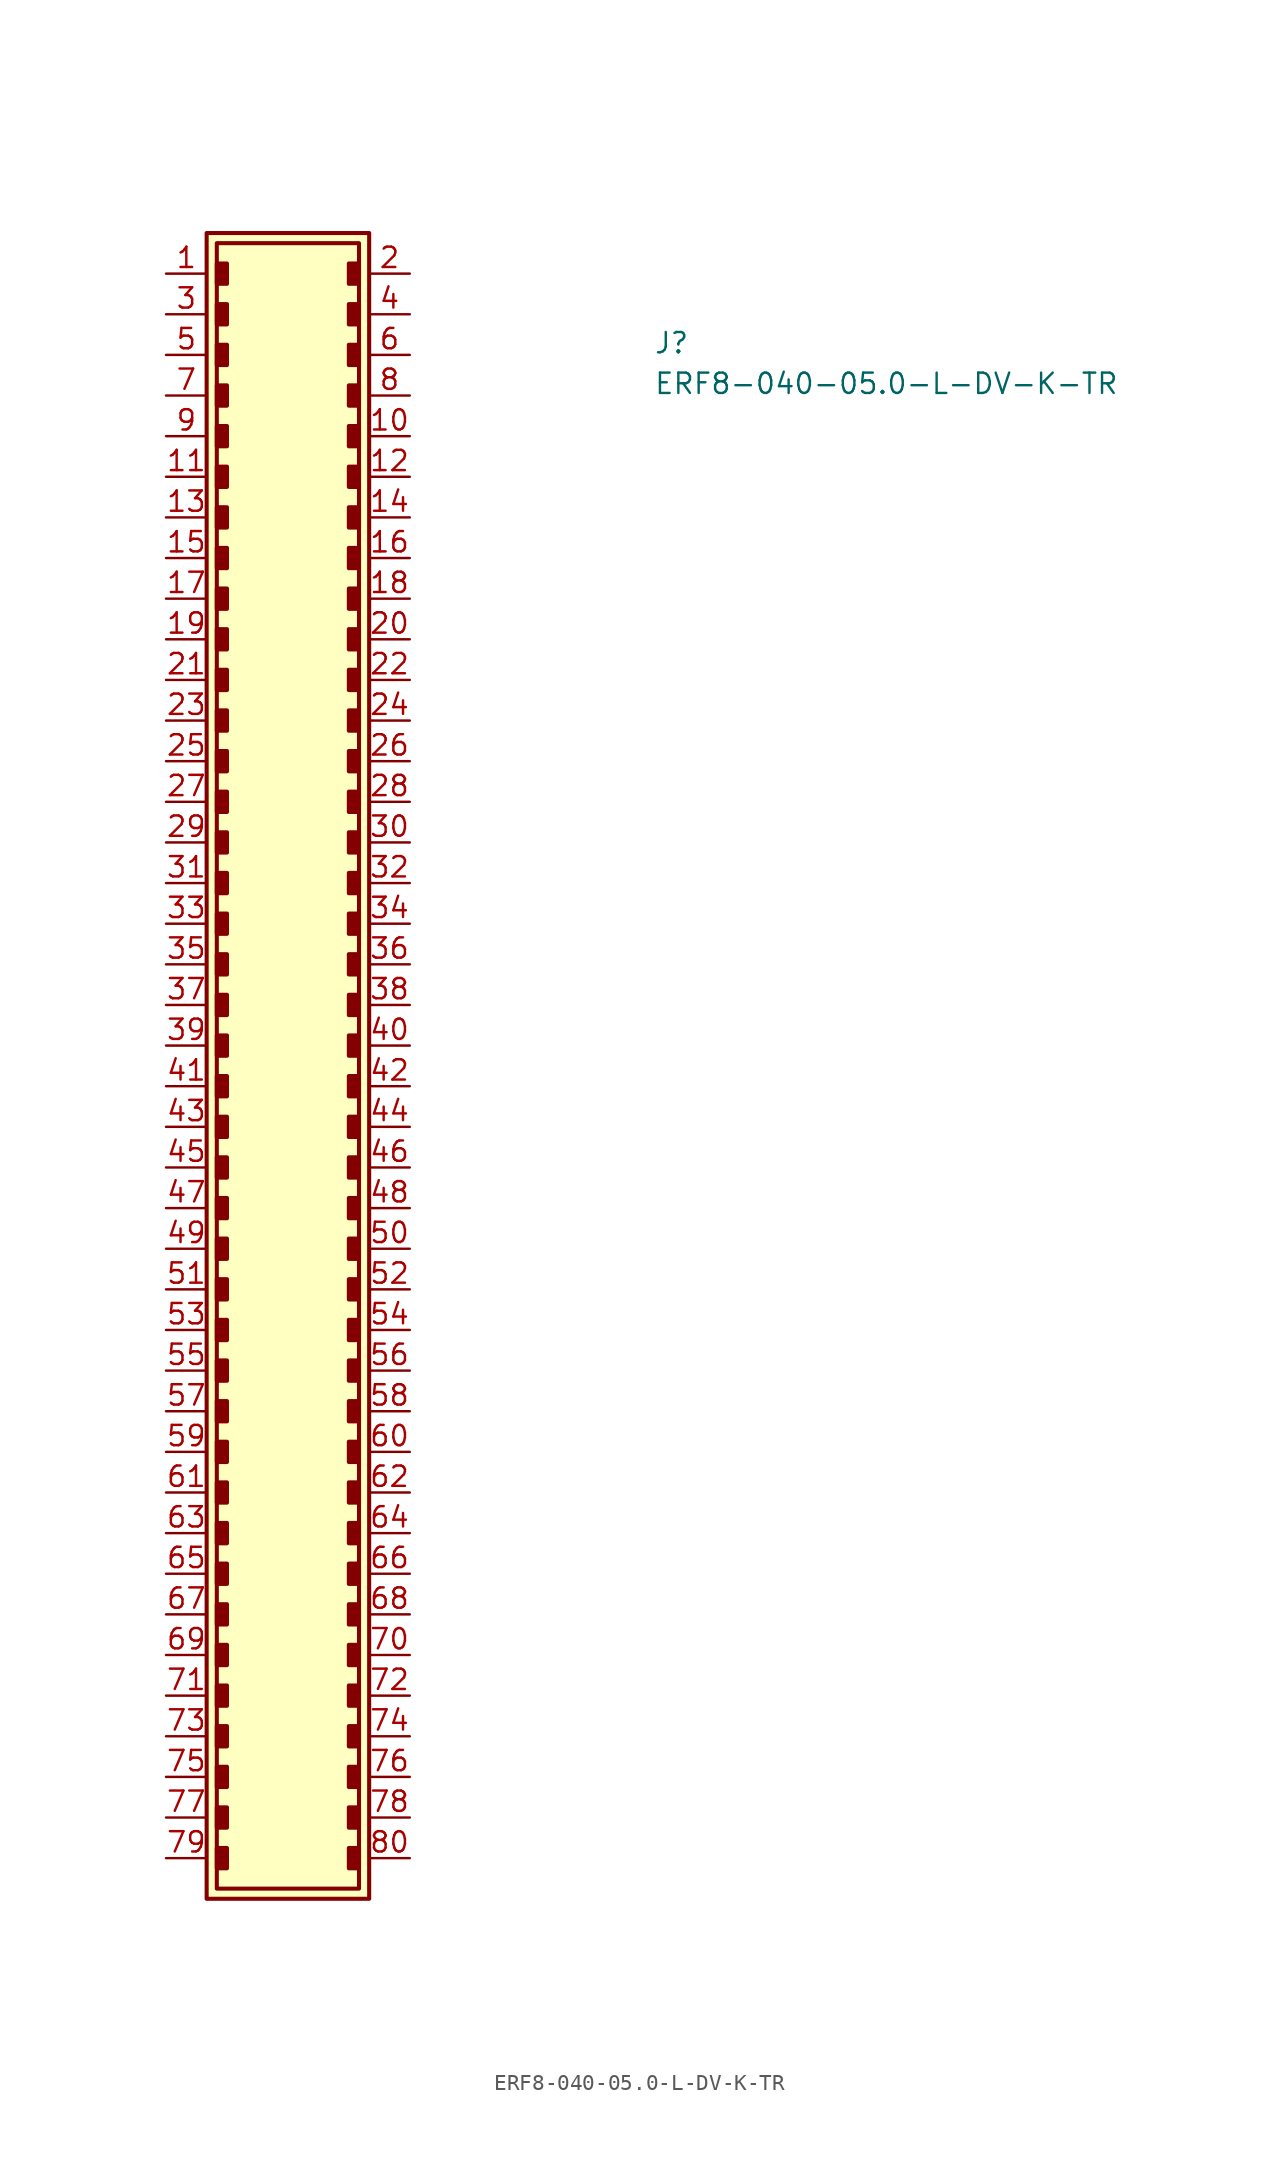
<source format=kicad_sym>
(kicad_symbol_lib
  (version 20211014)
  (generator kicad_symbol_editor)
  (symbol "ERF8-040-05.0-L-DV-K-TR"
    (pin_names hide)
    (property "Reference" "J"
      (at 30.48 -5.08 0)
      (effects (font (size 1.27 1.27) (thickness 0.15)) (justify left bottom)))
    (property "Value" "ERF8-040-05.0-L-DV-K-TR"
      (at 30.48 -7.62 0)
      (effects (font (size 1.27 1.27) (thickness 0.15)) (justify left bottom)))
    (symbol "ERF8-040-05.0-L-DV-K-TR_1_1"
      (rectangle (start 2.54 2.54) (end 12.7 -101.6) (stroke (width 0.254) (type default) (color 0 0 0 0)) (fill (type background)))
      (rectangle (start 3.175 -98.425) (end 3.81 -99.695) (stroke (width 0.254) (type default) (color 0 0 0 0)) (fill (type outline)))
      (rectangle (start 3.175 -95.885) (end 3.81 -97.155) (stroke (width 0.254) (type default) (color 0 0 0 0)) (fill (type outline)))
      (rectangle (start 3.175 -93.345) (end 3.81 -94.615) (stroke (width 0.254) (type default) (color 0 0 0 0)) (fill (type outline)))
      (rectangle (start 3.175 -90.805) (end 3.81 -92.075) (stroke (width 0.254) (type default) (color 0 0 0 0)) (fill (type outline)))
      (rectangle (start 3.175 -88.265) (end 3.81 -89.535) (stroke (width 0.254) (type default) (color 0 0 0 0)) (fill (type outline)))
      (rectangle (start 3.175 -85.725) (end 3.81 -86.995) (stroke (width 0.254) (type default) (color 0 0 0 0)) (fill (type outline)))
      (rectangle (start 3.175 -83.185) (end 3.81 -84.455) (stroke (width 0.254) (type default) (color 0 0 0 0)) (fill (type outline)))
      (rectangle (start 3.175 -80.645) (end 3.81 -81.915) (stroke (width 0.254) (type default) (color 0 0 0 0)) (fill (type outline)))
      (rectangle (start 3.175 -78.105) (end 3.81 -79.375) (stroke (width 0.254) (type default) (color 0 0 0 0)) (fill (type outline)))
      (rectangle (start 3.175 -75.565) (end 3.81 -76.835) (stroke (width 0.254) (type default) (color 0 0 0 0)) (fill (type outline)))
      (rectangle (start 3.175 -73.025) (end 3.81 -74.295) (stroke (width 0.254) (type default) (color 0 0 0 0)) (fill (type outline)))
      (rectangle (start 3.175 -70.485) (end 3.81 -71.755) (stroke (width 0.254) (type default) (color 0 0 0 0)) (fill (type outline)))
      (rectangle (start 3.175 -67.945) (end 3.81 -69.215) (stroke (width 0.254) (type default) (color 0 0 0 0)) (fill (type outline)))
      (rectangle (start 3.175 -65.405) (end 3.81 -66.675) (stroke (width 0.254) (type default) (color 0 0 0 0)) (fill (type outline)))
      (rectangle (start 3.175 -62.865) (end 3.81 -64.135) (stroke (width 0.254) (type default) (color 0 0 0 0)) (fill (type outline)))
      (rectangle (start 3.175 -60.325) (end 3.81 -61.595) (stroke (width 0.254) (type default) (color 0 0 0 0)) (fill (type outline)))
      (rectangle (start 3.175 -57.785) (end 3.81 -59.055) (stroke (width 0.254) (type default) (color 0 0 0 0)) (fill (type outline)))
      (rectangle (start 3.175 -55.245) (end 3.81 -56.515) (stroke (width 0.254) (type default) (color 0 0 0 0)) (fill (type outline)))
      (rectangle (start 3.175 -52.705) (end 3.81 -53.975) (stroke (width 0.254) (type default) (color 0 0 0 0)) (fill (type outline)))
      (rectangle (start 3.175 -50.165) (end 3.81 -51.435) (stroke (width 0.254) (type default) (color 0 0 0 0)) (fill (type outline)))
      (rectangle (start 3.175 -47.625) (end 3.81 -48.895) (stroke (width 0.254) (type default) (color 0 0 0 0)) (fill (type outline)))
      (rectangle (start 3.175 -45.085) (end 3.81 -46.355) (stroke (width 0.254) (type default) (color 0 0 0 0)) (fill (type outline)))
      (rectangle (start 3.175 -42.545) (end 3.81 -43.815) (stroke (width 0.254) (type default) (color 0 0 0 0)) (fill (type outline)))
      (rectangle (start 3.175 -40.005) (end 3.81 -41.275) (stroke (width 0.254) (type default) (color 0 0 0 0)) (fill (type outline)))
      (rectangle (start 3.175 -37.465) (end 3.81 -38.735) (stroke (width 0.254) (type default) (color 0 0 0 0)) (fill (type outline)))
      (rectangle (start 3.175 -34.925) (end 3.81 -36.195) (stroke (width 0.254) (type default) (color 0 0 0 0)) (fill (type outline)))
      (rectangle (start 3.175 -32.385) (end 3.81 -33.655) (stroke (width 0.254) (type default) (color 0 0 0 0)) (fill (type outline)))
      (rectangle (start 3.175 -29.845) (end 3.81 -31.115) (stroke (width 0.254) (type default) (color 0 0 0 0)) (fill (type outline)))
      (rectangle (start 3.175 -27.305) (end 3.81 -28.575) (stroke (width 0.254) (type default) (color 0 0 0 0)) (fill (type outline)))
      (rectangle (start 3.175 -24.765) (end 3.81 -26.035) (stroke (width 0.254) (type default) (color 0 0 0 0)) (fill (type outline)))
      (rectangle (start 3.175 -22.225) (end 3.81 -23.495) (stroke (width 0.254) (type default) (color 0 0 0 0)) (fill (type outline)))
      (rectangle (start 3.175 -19.685) (end 3.81 -20.955) (stroke (width 0.254) (type default) (color 0 0 0 0)) (fill (type outline)))
      (rectangle (start 3.175 -17.145) (end 3.81 -18.415) (stroke (width 0.254) (type default) (color 0 0 0 0)) (fill (type outline)))
      (rectangle (start 3.175 -14.605) (end 3.81 -15.875) (stroke (width 0.254) (type default) (color 0 0 0 0)) (fill (type outline)))
      (rectangle (start 3.175 -12.065) (end 3.81 -13.335) (stroke (width 0.254) (type default) (color 0 0 0 0)) (fill (type outline)))
      (rectangle (start 3.175 -9.525) (end 3.81 -10.795) (stroke (width 0.254) (type default) (color 0 0 0 0)) (fill (type outline)))
      (rectangle (start 3.175 -6.985) (end 3.81 -8.255) (stroke (width 0.254) (type default) (color 0 0 0 0)) (fill (type outline)))
      (rectangle (start 3.175 -4.445) (end 3.81 -5.715) (stroke (width 0.254) (type default) (color 0 0 0 0)) (fill (type outline)))
      (rectangle (start 3.175 -1.905) (end 3.81 -3.175) (stroke (width 0.254) (type default) (color 0 0 0 0)) (fill (type outline)))
      (rectangle (start 3.175 0.635) (end 3.81 -0.635) (stroke (width 0.254) (type default) (color 0 0 0 0)) (fill (type outline)))
      (rectangle (start 3.175 1.905) (end 12.065 -100.965) (stroke (width 0.254) (type default) (color 0 0 0 0)) (fill (type background)))
      (rectangle (start 11.43 -99.695) (end 12.065 -98.425) (stroke (width 0.254) (type default) (color 0 0 0 0)) (fill (type outline)))
      (rectangle (start 11.43 -97.155) (end 12.065 -95.885) (stroke (width 0.254) (type default) (color 0 0 0 0)) (fill (type outline)))
      (rectangle (start 11.43 -94.615) (end 12.065 -93.345) (stroke (width 0.254) (type default) (color 0 0 0 0)) (fill (type outline)))
      (rectangle (start 11.43 -92.075) (end 12.065 -90.805) (stroke (width 0.254) (type default) (color 0 0 0 0)) (fill (type outline)))
      (rectangle (start 11.43 -89.535) (end 12.065 -88.265) (stroke (width 0.254) (type default) (color 0 0 0 0)) (fill (type outline)))
      (rectangle (start 11.43 -86.995) (end 12.065 -85.725) (stroke (width 0.254) (type default) (color 0 0 0 0)) (fill (type outline)))
      (rectangle (start 11.43 -84.455) (end 12.065 -83.185) (stroke (width 0.254) (type default) (color 0 0 0 0)) (fill (type outline)))
      (rectangle (start 11.43 -81.915) (end 12.065 -80.645) (stroke (width 0.254) (type default) (color 0 0 0 0)) (fill (type outline)))
      (rectangle (start 11.43 -79.375) (end 12.065 -78.105) (stroke (width 0.254) (type default) (color 0 0 0 0)) (fill (type outline)))
      (rectangle (start 11.43 -76.835) (end 12.065 -75.565) (stroke (width 0.254) (type default) (color 0 0 0 0)) (fill (type outline)))
      (rectangle (start 11.43 -74.295) (end 12.065 -73.025) (stroke (width 0.254) (type default) (color 0 0 0 0)) (fill (type outline)))
      (rectangle (start 11.43 -71.755) (end 12.065 -70.485) (stroke (width 0.254) (type default) (color 0 0 0 0)) (fill (type outline)))
      (rectangle (start 11.43 -69.215) (end 12.065 -67.945) (stroke (width 0.254) (type default) (color 0 0 0 0)) (fill (type outline)))
      (rectangle (start 11.43 -66.675) (end 12.065 -65.405) (stroke (width 0.254) (type default) (color 0 0 0 0)) (fill (type outline)))
      (rectangle (start 11.43 -64.135) (end 12.065 -62.865) (stroke (width 0.254) (type default) (color 0 0 0 0)) (fill (type outline)))
      (rectangle (start 11.43 -61.595) (end 12.065 -60.325) (stroke (width 0.254) (type default) (color 0 0 0 0)) (fill (type outline)))
      (rectangle (start 11.43 -59.055) (end 12.065 -57.785) (stroke (width 0.254) (type default) (color 0 0 0 0)) (fill (type outline)))
      (rectangle (start 11.43 -56.515) (end 12.065 -55.245) (stroke (width 0.254) (type default) (color 0 0 0 0)) (fill (type outline)))
      (rectangle (start 11.43 -53.975) (end 12.065 -52.705) (stroke (width 0.254) (type default) (color 0 0 0 0)) (fill (type outline)))
      (rectangle (start 11.43 -51.435) (end 12.065 -50.165) (stroke (width 0.254) (type default) (color 0 0 0 0)) (fill (type outline)))
      (rectangle (start 11.43 -48.895) (end 12.065 -47.625) (stroke (width 0.254) (type default) (color 0 0 0 0)) (fill (type outline)))
      (rectangle (start 11.43 -46.355) (end 12.065 -45.085) (stroke (width 0.254) (type default) (color 0 0 0 0)) (fill (type outline)))
      (rectangle (start 11.43 -43.815) (end 12.065 -42.545) (stroke (width 0.254) (type default) (color 0 0 0 0)) (fill (type outline)))
      (rectangle (start 11.43 -41.275) (end 12.065 -40.005) (stroke (width 0.254) (type default) (color 0 0 0 0)) (fill (type outline)))
      (rectangle (start 11.43 -38.735) (end 12.065 -37.465) (stroke (width 0.254) (type default) (color 0 0 0 0)) (fill (type outline)))
      (rectangle (start 11.43 -36.195) (end 12.065 -34.925) (stroke (width 0.254) (type default) (color 0 0 0 0)) (fill (type outline)))
      (rectangle (start 11.43 -33.655) (end 12.065 -32.385) (stroke (width 0.254) (type default) (color 0 0 0 0)) (fill (type outline)))
      (rectangle (start 11.43 -31.115) (end 12.065 -29.845) (stroke (width 0.254) (type default) (color 0 0 0 0)) (fill (type outline)))
      (rectangle (start 11.43 -28.575) (end 12.065 -27.305) (stroke (width 0.254) (type default) (color 0 0 0 0)) (fill (type outline)))
      (rectangle (start 11.43 -26.035) (end 12.065 -24.765) (stroke (width 0.254) (type default) (color 0 0 0 0)) (fill (type outline)))
      (rectangle (start 11.43 -23.495) (end 12.065 -22.225) (stroke (width 0.254) (type default) (color 0 0 0 0)) (fill (type outline)))
      (rectangle (start 11.43 -20.955) (end 12.065 -19.685) (stroke (width 0.254) (type default) (color 0 0 0 0)) (fill (type outline)))
      (rectangle (start 11.43 -18.415) (end 12.065 -17.145) (stroke (width 0.254) (type default) (color 0 0 0 0)) (fill (type outline)))
      (rectangle (start 11.43 -15.875) (end 12.065 -14.605) (stroke (width 0.254) (type default) (color 0 0 0 0)) (fill (type outline)))
      (rectangle (start 11.43 -13.335) (end 12.065 -12.065) (stroke (width 0.254) (type default) (color 0 0 0 0)) (fill (type outline)))
      (rectangle (start 11.43 -10.795) (end 12.065 -9.525) (stroke (width 0.254) (type default) (color 0 0 0 0)) (fill (type outline)))
      (rectangle (start 11.43 -8.255) (end 12.065 -6.985) (stroke (width 0.254) (type default) (color 0 0 0 0)) (fill (type outline)))
      (rectangle (start 11.43 -5.715) (end 12.065 -4.445) (stroke (width 0.254) (type default) (color 0 0 0 0)) (fill (type outline)))
      (rectangle (start 11.43 -3.175) (end 12.065 -1.905) (stroke (width 0.254) (type default) (color 0 0 0 0)) (fill (type outline)))
      (rectangle (start 11.43 -0.635) (end 12.065 0.635) (stroke (width 0.254) (type default) (color 0 0 0 0)) (fill (type outline)))
      (pin passive line (at 0 0 0) (length 2.54) (name "1" (effects (font (size 1.27 1.27)))) (number "1" (effects (font (size 1.27 1.27)))))
      (pin passive line (at 15.24 -10.16 180) (length 2.54) (name "10" (effects (font (size 1.27 1.27)))) (number "10" (effects (font (size 1.27 1.27)))))
      (pin passive line (at 0 -12.7 0) (length 2.54) (name "11" (effects (font (size 1.27 1.27)))) (number "11" (effects (font (size 1.27 1.27)))))
      (pin passive line (at 15.24 -12.7 180) (length 2.54) (name "12" (effects (font (size 1.27 1.27)))) (number "12" (effects (font (size 1.27 1.27)))))
      (pin passive line (at 0 -15.24 0) (length 2.54) (name "13" (effects (font (size 1.27 1.27)))) (number "13" (effects (font (size 1.27 1.27)))))
      (pin passive line (at 15.24 -15.24 180) (length 2.54) (name "14" (effects (font (size 1.27 1.27)))) (number "14" (effects (font (size 1.27 1.27)))))
      (pin passive line (at 0 -17.78 0) (length 2.54) (name "15" (effects (font (size 1.27 1.27)))) (number "15" (effects (font (size 1.27 1.27)))))
      (pin passive line (at 15.24 -17.78 180) (length 2.54) (name "16" (effects (font (size 1.27 1.27)))) (number "16" (effects (font (size 1.27 1.27)))))
      (pin passive line (at 0 -20.32 0) (length 2.54) (name "17" (effects (font (size 1.27 1.27)))) (number "17" (effects (font (size 1.27 1.27)))))
      (pin passive line (at 15.24 -20.32 180) (length 2.54) (name "18" (effects (font (size 1.27 1.27)))) (number "18" (effects (font (size 1.27 1.27)))))
      (pin passive line (at 0 -22.86 0) (length 2.54) (name "19" (effects (font (size 1.27 1.27)))) (number "19" (effects (font (size 1.27 1.27)))))
      (pin passive line (at 15.24 0 180) (length 2.54) (name "2" (effects (font (size 1.27 1.27)))) (number "2" (effects (font (size 1.27 1.27)))))
      (pin passive line (at 15.24 -22.86 180) (length 2.54) (name "20" (effects (font (size 1.27 1.27)))) (number "20" (effects (font (size 1.27 1.27)))))
      (pin passive line (at 0 -25.4 0) (length 2.54) (name "21" (effects (font (size 1.27 1.27)))) (number "21" (effects (font (size 1.27 1.27)))))
      (pin passive line (at 15.24 -25.4 180) (length 2.54) (name "22" (effects (font (size 1.27 1.27)))) (number "22" (effects (font (size 1.27 1.27)))))
      (pin passive line (at 0 -27.94 0) (length 2.54) (name "23" (effects (font (size 1.27 1.27)))) (number "23" (effects (font (size 1.27 1.27)))))
      (pin passive line (at 15.24 -27.94 180) (length 2.54) (name "24" (effects (font (size 1.27 1.27)))) (number "24" (effects (font (size 1.27 1.27)))))
      (pin passive line (at 0 -30.48 0) (length 2.54) (name "25" (effects (font (size 1.27 1.27)))) (number "25" (effects (font (size 1.27 1.27)))))
      (pin passive line (at 15.24 -30.48 180) (length 2.54) (name "26" (effects (font (size 1.27 1.27)))) (number "26" (effects (font (size 1.27 1.27)))))
      (pin passive line (at 0 -33.02 0) (length 2.54) (name "27" (effects (font (size 1.27 1.27)))) (number "27" (effects (font (size 1.27 1.27)))))
      (pin passive line (at 15.24 -33.02 180) (length 2.54) (name "28" (effects (font (size 1.27 1.27)))) (number "28" (effects (font (size 1.27 1.27)))))
      (pin passive line (at 0 -35.56 0) (length 2.54) (name "29" (effects (font (size 1.27 1.27)))) (number "29" (effects (font (size 1.27 1.27)))))
      (pin passive line (at 0 -2.54 0) (length 2.54) (name "3" (effects (font (size 1.27 1.27)))) (number "3" (effects (font (size 1.27 1.27)))))
      (pin passive line (at 15.24 -35.56 180) (length 2.54) (name "30" (effects (font (size 1.27 1.27)))) (number "30" (effects (font (size 1.27 1.27)))))
      (pin passive line (at 0 -38.1 0) (length 2.54) (name "31" (effects (font (size 1.27 1.27)))) (number "31" (effects (font (size 1.27 1.27)))))
      (pin passive line (at 15.24 -38.1 180) (length 2.54) (name "32" (effects (font (size 1.27 1.27)))) (number "32" (effects (font (size 1.27 1.27)))))
      (pin passive line (at 0 -40.64 0) (length 2.54) (name "33" (effects (font (size 1.27 1.27)))) (number "33" (effects (font (size 1.27 1.27)))))
      (pin passive line (at 15.24 -40.64 180) (length 2.54) (name "34" (effects (font (size 1.27 1.27)))) (number "34" (effects (font (size 1.27 1.27)))))
      (pin passive line (at 0 -43.18 0) (length 2.54) (name "35" (effects (font (size 1.27 1.27)))) (number "35" (effects (font (size 1.27 1.27)))))
      (pin passive line (at 15.24 -43.18 180) (length 2.54) (name "36" (effects (font (size 1.27 1.27)))) (number "36" (effects (font (size 1.27 1.27)))))
      (pin passive line (at 0 -45.72 0) (length 2.54) (name "37" (effects (font (size 1.27 1.27)))) (number "37" (effects (font (size 1.27 1.27)))))
      (pin passive line (at 15.24 -45.72 180) (length 2.54) (name "38" (effects (font (size 1.27 1.27)))) (number "38" (effects (font (size 1.27 1.27)))))
      (pin passive line (at 0 -48.26 0) (length 2.54) (name "39" (effects (font (size 1.27 1.27)))) (number "39" (effects (font (size 1.27 1.27)))))
      (pin passive line (at 15.24 -2.54 180) (length 2.54) (name "4" (effects (font (size 1.27 1.27)))) (number "4" (effects (font (size 1.27 1.27)))))
      (pin passive line (at 15.24 -48.26 180) (length 2.54) (name "40" (effects (font (size 1.27 1.27)))) (number "40" (effects (font (size 1.27 1.27)))))
      (pin passive line (at 0 -50.8 0) (length 2.54) (name "41" (effects (font (size 1.27 1.27)))) (number "41" (effects (font (size 1.27 1.27)))))
      (pin passive line (at 15.24 -50.8 180) (length 2.54) (name "42" (effects (font (size 1.27 1.27)))) (number "42" (effects (font (size 1.27 1.27)))))
      (pin passive line (at 0 -53.34 0) (length 2.54) (name "43" (effects (font (size 1.27 1.27)))) (number "43" (effects (font (size 1.27 1.27)))))
      (pin passive line (at 15.24 -53.34 180) (length 2.54) (name "44" (effects (font (size 1.27 1.27)))) (number "44" (effects (font (size 1.27 1.27)))))
      (pin passive line (at 0 -55.88 0) (length 2.54) (name "45" (effects (font (size 1.27 1.27)))) (number "45" (effects (font (size 1.27 1.27)))))
      (pin passive line (at 15.24 -55.88 180) (length 2.54) (name "46" (effects (font (size 1.27 1.27)))) (number "46" (effects (font (size 1.27 1.27)))))
      (pin passive line (at 0 -58.42 0) (length 2.54) (name "47" (effects (font (size 1.27 1.27)))) (number "47" (effects (font (size 1.27 1.27)))))
      (pin passive line (at 15.24 -58.42 180) (length 2.54) (name "48" (effects (font (size 1.27 1.27)))) (number "48" (effects (font (size 1.27 1.27)))))
      (pin passive line (at 0 -60.96 0) (length 2.54) (name "49" (effects (font (size 1.27 1.27)))) (number "49" (effects (font (size 1.27 1.27)))))
      (pin passive line (at 0 -5.08 0) (length 2.54) (name "5" (effects (font (size 1.27 1.27)))) (number "5" (effects (font (size 1.27 1.27)))))
      (pin passive line (at 15.24 -60.96 180) (length 2.54) (name "50" (effects (font (size 1.27 1.27)))) (number "50" (effects (font (size 1.27 1.27)))))
      (pin passive line (at 0 -63.5 0) (length 2.54) (name "51" (effects (font (size 1.27 1.27)))) (number "51" (effects (font (size 1.27 1.27)))))
      (pin passive line (at 15.24 -63.5 180) (length 2.54) (name "52" (effects (font (size 1.27 1.27)))) (number "52" (effects (font (size 1.27 1.27)))))
      (pin passive line (at 0 -66.04 0) (length 2.54) (name "53" (effects (font (size 1.27 1.27)))) (number "53" (effects (font (size 1.27 1.27)))))
      (pin passive line (at 15.24 -66.04 180) (length 2.54) (name "54" (effects (font (size 1.27 1.27)))) (number "54" (effects (font (size 1.27 1.27)))))
      (pin passive line (at 0 -68.58 0) (length 2.54) (name "55" (effects (font (size 1.27 1.27)))) (number "55" (effects (font (size 1.27 1.27)))))
      (pin passive line (at 15.24 -68.58 180) (length 2.54) (name "56" (effects (font (size 1.27 1.27)))) (number "56" (effects (font (size 1.27 1.27)))))
      (pin passive line (at 0 -71.12 0) (length 2.54) (name "57" (effects (font (size 1.27 1.27)))) (number "57" (effects (font (size 1.27 1.27)))))
      (pin passive line (at 15.24 -71.12 180) (length 2.54) (name "58" (effects (font (size 1.27 1.27)))) (number "58" (effects (font (size 1.27 1.27)))))
      (pin passive line (at 0 -73.66 0) (length 2.54) (name "59" (effects (font (size 1.27 1.27)))) (number "59" (effects (font (size 1.27 1.27)))))
      (pin passive line (at 15.24 -5.08 180) (length 2.54) (name "6" (effects (font (size 1.27 1.27)))) (number "6" (effects (font (size 1.27 1.27)))))
      (pin passive line (at 15.24 -73.66 180) (length 2.54) (name "60" (effects (font (size 1.27 1.27)))) (number "60" (effects (font (size 1.27 1.27)))))
      (pin passive line (at 0 -76.2 0) (length 2.54) (name "61" (effects (font (size 1.27 1.27)))) (number "61" (effects (font (size 1.27 1.27)))))
      (pin passive line (at 15.24 -76.2 180) (length 2.54) (name "62" (effects (font (size 1.27 1.27)))) (number "62" (effects (font (size 1.27 1.27)))))
      (pin passive line (at 0 -78.74 0) (length 2.54) (name "63" (effects (font (size 1.27 1.27)))) (number "63" (effects (font (size 1.27 1.27)))))
      (pin passive line (at 15.24 -78.74 180) (length 2.54) (name "64" (effects (font (size 1.27 1.27)))) (number "64" (effects (font (size 1.27 1.27)))))
      (pin passive line (at 0 -81.28 0) (length 2.54) (name "65" (effects (font (size 1.27 1.27)))) (number "65" (effects (font (size 1.27 1.27)))))
      (pin passive line (at 15.24 -81.28 180) (length 2.54) (name "66" (effects (font (size 1.27 1.27)))) (number "66" (effects (font (size 1.27 1.27)))))
      (pin passive line (at 0 -83.82 0) (length 2.54) (name "67" (effects (font (size 1.27 1.27)))) (number "67" (effects (font (size 1.27 1.27)))))
      (pin passive line (at 15.24 -83.82 180) (length 2.54) (name "68" (effects (font (size 1.27 1.27)))) (number "68" (effects (font (size 1.27 1.27)))))
      (pin passive line (at 0 -86.36 0) (length 2.54) (name "69" (effects (font (size 1.27 1.27)))) (number "69" (effects (font (size 1.27 1.27)))))
      (pin passive line (at 0 -7.62 0) (length 2.54) (name "7" (effects (font (size 1.27 1.27)))) (number "7" (effects (font (size 1.27 1.27)))))
      (pin passive line (at 15.24 -86.36 180) (length 2.54) (name "70" (effects (font (size 1.27 1.27)))) (number "70" (effects (font (size 1.27 1.27)))))
      (pin passive line (at 0 -88.9 0) (length 2.54) (name "71" (effects (font (size 1.27 1.27)))) (number "71" (effects (font (size 1.27 1.27)))))
      (pin passive line (at 15.24 -88.9 180) (length 2.54) (name "72" (effects (font (size 1.27 1.27)))) (number "72" (effects (font (size 1.27 1.27)))))
      (pin passive line (at 0 -91.44 0) (length 2.54) (name "73" (effects (font (size 1.27 1.27)))) (number "73" (effects (font (size 1.27 1.27)))))
      (pin passive line (at 15.24 -91.44 180) (length 2.54) (name "74" (effects (font (size 1.27 1.27)))) (number "74" (effects (font (size 1.27 1.27)))))
      (pin passive line (at 0 -93.98 0) (length 2.54) (name "75" (effects (font (size 1.27 1.27)))) (number "75" (effects (font (size 1.27 1.27)))))
      (pin passive line (at 15.24 -93.98 180) (length 2.54) (name "76" (effects (font (size 1.27 1.27)))) (number "76" (effects (font (size 1.27 1.27)))))
      (pin passive line (at 0 -96.52 0) (length 2.54) (name "77" (effects (font (size 1.27 1.27)))) (number "77" (effects (font (size 1.27 1.27)))))
      (pin passive line (at 15.24 -96.52 180) (length 2.54) (name "78" (effects (font (size 1.27 1.27)))) (number "78" (effects (font (size 1.27 1.27)))))
      (pin passive line (at 0 -99.06 0) (length 2.54) (name "79" (effects (font (size 1.27 1.27)))) (number "79" (effects (font (size 1.27 1.27)))))
      (pin passive line (at 15.24 -7.62 180) (length 2.54) (name "8" (effects (font (size 1.27 1.27)))) (number "8" (effects (font (size 1.27 1.27)))))
      (pin passive line (at 15.24 -99.06 180) (length 2.54) (name "80" (effects (font (size 1.27 1.27)))) (number "80" (effects (font (size 1.27 1.27)))))
      (pin passive line (at 0 -10.16 0) (length 2.54) (name "9" (effects (font (size 1.27 1.27)))) (number "9" (effects (font (size 1.27 1.27))))))))
</source>
